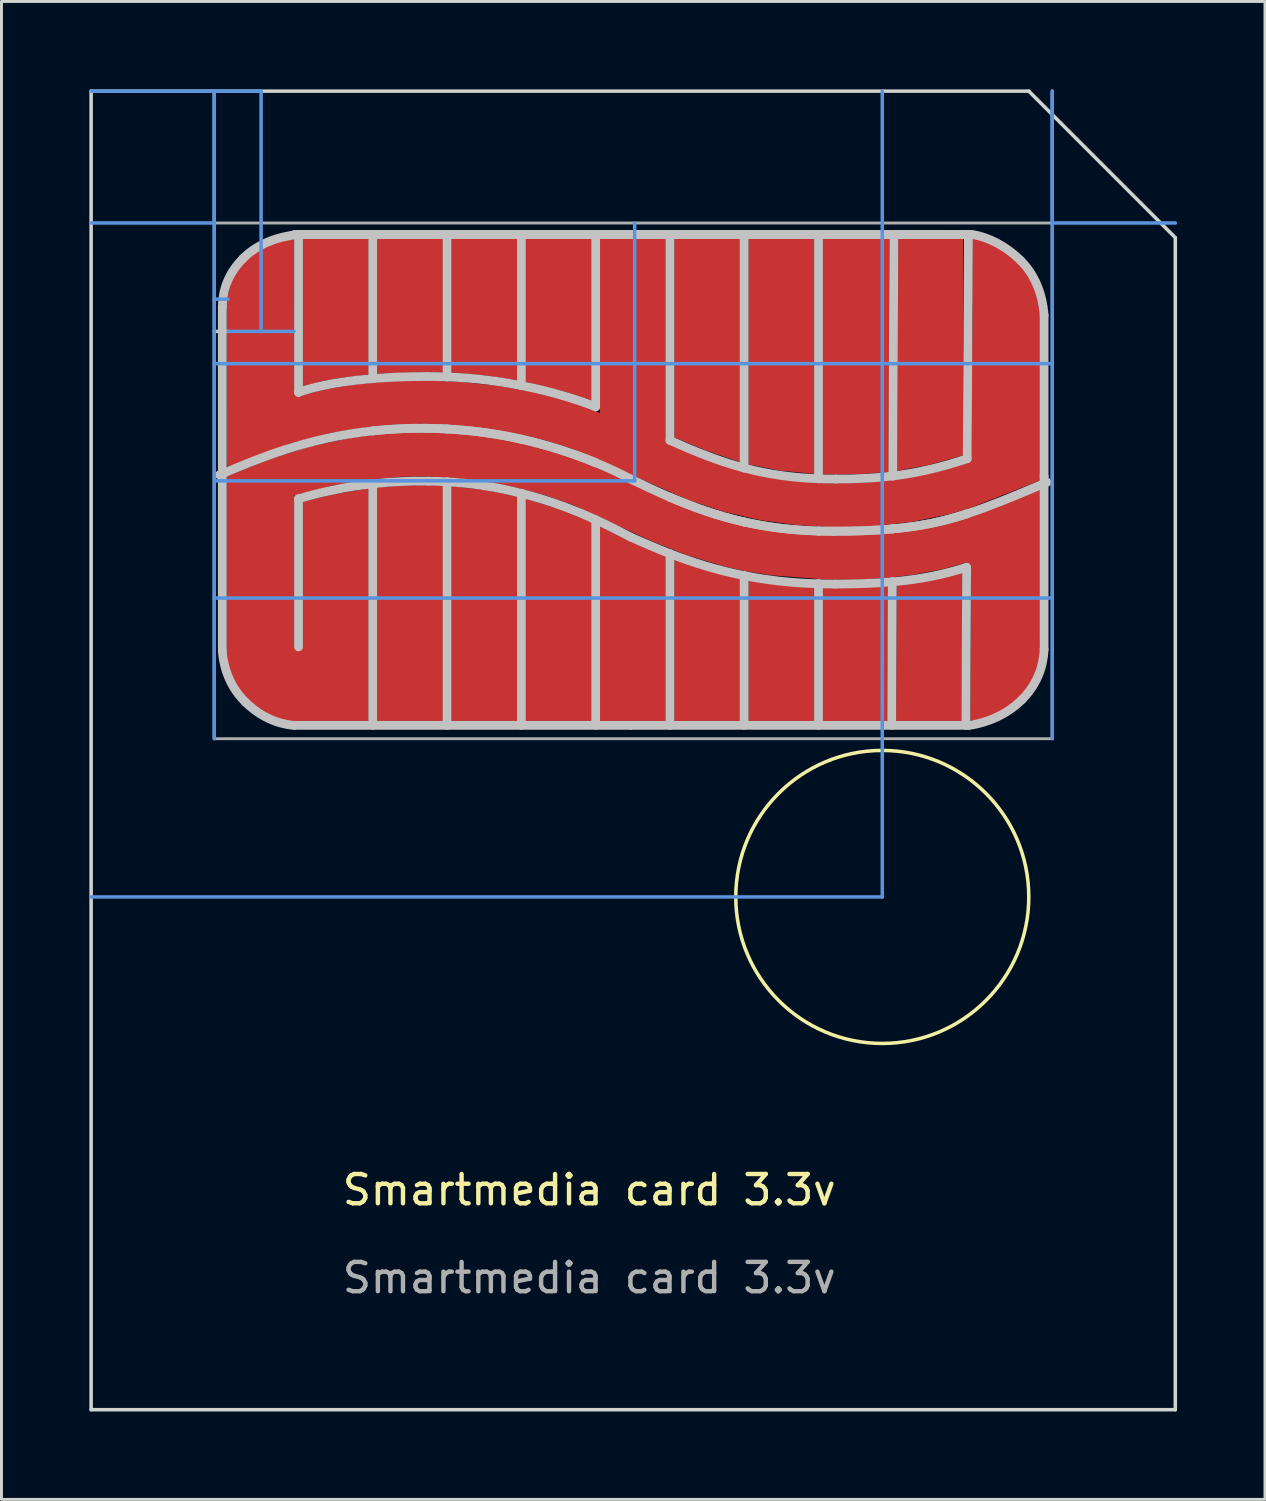
<source format=kicad_pcb>
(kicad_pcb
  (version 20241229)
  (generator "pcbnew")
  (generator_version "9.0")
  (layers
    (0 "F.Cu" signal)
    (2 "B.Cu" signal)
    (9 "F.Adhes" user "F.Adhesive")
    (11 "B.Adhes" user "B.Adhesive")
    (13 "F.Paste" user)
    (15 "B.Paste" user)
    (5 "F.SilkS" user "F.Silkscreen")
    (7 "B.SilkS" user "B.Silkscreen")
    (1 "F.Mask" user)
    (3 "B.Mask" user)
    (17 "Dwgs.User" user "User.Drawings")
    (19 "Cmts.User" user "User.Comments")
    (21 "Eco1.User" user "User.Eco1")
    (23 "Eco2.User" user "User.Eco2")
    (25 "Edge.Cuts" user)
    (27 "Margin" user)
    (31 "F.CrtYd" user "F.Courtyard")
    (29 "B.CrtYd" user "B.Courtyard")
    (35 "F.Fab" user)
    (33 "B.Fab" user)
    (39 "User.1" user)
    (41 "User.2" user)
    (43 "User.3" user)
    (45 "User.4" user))
  (footprint "Smartmedia card 3.3v"
    (layer "F.Cu")
    (at 18.788 14.821)
    (property "Reference" "Smartmedia card 3.3v" (at -1.728 22.739 0) (unlocked yes) (layer "F.SilkS") (effects (font (size 1 1) (thickness 0.15))))
    (fp_poly (pts (xy -6.431 6.732) (xy -6.431 -1.277) (xy -5.258 -1.144) (xy -4.184 -0.925) (xy -4.184 6.732)) (stroke (width 0) (type solid)) (fill yes) (layer "F.Cu"))
    (fp_poly (pts (xy -4.184 -9.728) (xy -4.184 -4.892) (xy -5.261 -5.056) (xy -6.431 -5.152) (xy -6.431 -9.728)) (stroke (width 0) (type solid)) (fill yes) (layer "F.Cu"))
    (fp_poly (pts (xy -1.651 -4.203) (xy -2.686 -4.542) (xy -3.894 -4.836) (xy -3.894 -9.728) (xy -1.651 -9.728)) (stroke (width 0) (type solid)) (fill yes) (layer "F.Cu"))
    (fp_poly (pts (xy -1.651 -0.045) (xy -1.651 6.732) (xy -3.894 6.732) (xy -3.894 -0.849) (xy -2.681 -0.466)) (stroke (width 0) (type solid)) (fill yes) (layer "F.Cu"))
    (fp_poly (pts (xy -1.361 6.732) (xy -1.361 0.087) (xy -0.373 0.581) (xy 0.885 1.114) (xy 0.885 6.732)) (stroke (width 0) (type solid)) (fill yes) (layer "F.Cu"))
    (fp_poly (pts (xy 1.175 -2.944) (xy 1.175 -9.728) (xy 3.418 -9.728) (xy 3.418 -2.102) (xy 2.29 -2.48)) (stroke (width 0) (type solid)) (fill yes) (layer "F.Cu"))
    (fp_poly (pts (xy 3.418 1.881) (xy 3.418 6.732) (xy 1.175 6.732) (xy 1.175 1.225) (xy 2.244 1.585)) (stroke (width 0) (type solid)) (fill yes) (layer "F.Cu"))
    (fp_poly (pts (xy 5.954 -1.695) (xy 4.767 -1.81) (xy 3.708 -2.022) (xy 3.708 -9.728) (xy 5.954 -9.728)) (stroke (width 0) (type solid)) (fill yes) (layer "F.Cu"))
    (fp_poly (pts (xy 5.954 2.182) (xy 5.954 6.732) (xy 3.708 6.732) (xy 3.708 1.938) (xy 4.78 2.097)) (stroke (width 0) (type solid)) (fill yes) (layer "F.Cu"))
    (fp_poly (pts (xy 8.473 2.133) (xy 8.453 6.732) (xy 6.245 6.732) (xy 6.245 2.191) (xy 6.679 2.199)) (stroke (width 0) (type solid)) (fill yes) (layer "F.Cu"))
    (fp_poly (pts (xy 8.743 6.732) (xy 8.763 2.106) (xy 9.928 1.94) (xy 11.009 1.672) (xy 10.982 6.732)) (stroke (width 0) (type solid)) (fill yes) (layer "F.Cu"))
    (fp_poly (pts (xy -9.257 -9.728) (xy -9.257 -5.091) (xy -10.149 -4.985) (xy -10.84 -4.861) (xy -11.5 -4.69) (xy -11.5 -9.728)) (stroke (width 0) (type solid)) (fill yes) (layer "F.Cu"))
    (fp_poly (pts (xy -8.967 -1.235) (xy -8.108 -1.3) (xy -7.21 -1.315) (xy -6.721 -1.295) (xy -6.721 6.732) (xy -8.967 6.732)) (stroke (width 0) (type solid)) (fill yes) (layer "F.Cu"))
    (fp_poly (pts (xy 8.51 -9.724) (xy 8.492 -1.767) (xy 7.629 -1.697) (xy 6.696 -1.675) (xy 6.245 -1.683) (xy 6.245 -9.728)) (stroke (width 0) (type solid)) (fill yes) (layer "F.Cu"))
    (fp_poly (pts (xy -8.967 -9.728) (xy -6.721 -9.728) (xy -6.721 -5.164) (xy -7.257 -5.175) (xy -8.967 -5.115) (xy -8.967 -9.728) (xy -7.257 -5.175)) (stroke (width 0) (type solid)) (fill yes) (layer "F.Cu"))
    (fp_poly (pts (xy 11.032 -9.728) (xy 11.032 -2.332) (xy 9.866 -2.004) (xy 8.782 -1.804) (xy 8.816 -9.728) (xy 11.032 -9.728) (xy 11.032 -2.332)) (stroke (width 0) (type solid)) (fill yes) (layer "F.Cu"))
    (fp_poly (pts (xy -1.361 -9.728) (xy 0.885 -9.728) (xy 0.885 -2.54) (xy -0.25 -2.54) (xy -0.753 -2.54) (xy -1.361 -2.54) (xy -1.361 -9.728) (xy -0.25 -3.587)) (stroke (width 0) (type solid)) (fill yes) (layer "F.Cu"))
    (fp_poly (pts (xy -11.903 -7.616) (xy -11.903 -9.586) (xy -12.047 -9.586) (xy -12.333 -9.549) (xy -12.611 -9.472) (xy -12.875 -9.356) (xy -13.12 -9.203) (xy -13.341 -9.017) (xy -13.533 -8.802) (xy -13.692 -8.562) (xy -13.816 -8.301) (xy -13.901 -8.025) (xy -13.947 -7.741) (xy -13.953 -7.616)) (stroke (width 0.2) (type solid)) (fill yes) (layer "F.Cu"))
    (fp_poly (pts (xy -11.903 4.589) (xy -13.963 4.589) (xy -13.962 4.733) (xy -13.925 5.019) (xy -13.848 5.297) (xy -13.732 5.561) (xy -13.58 5.806) (xy -13.394 6.027) (xy -13.179 6.219) (xy -12.938 6.378) (xy -12.678 6.502) (xy -12.402 6.587) (xy -12.117 6.632) (xy -11.903 6.639)) (stroke (width 0.2) (type solid)) (fill yes) (layer "F.Cu"))
    (fp_poly (pts (xy -11.903 4.589) (xy -13.963 4.589) (xy -13.962 4.733) (xy -13.925 5.019) (xy -13.848 5.297) (xy -13.732 5.561) (xy -13.58 5.806) (xy -13.394 6.027) (xy -13.179 6.219) (xy -12.938 6.378) (xy -12.678 6.502) (xy -12.402 6.587) (xy -12.117 6.632) (xy -11.903 6.639)) (stroke (width 0.2) (type solid)) (fill yes) (layer "F.Cu"))
    (fp_poly (pts (xy 11.442 4.669) (xy 11.442 6.639) (xy 11.587 6.638) (xy 11.873 6.601) (xy 12.151 6.524) (xy 12.415 6.408) (xy 12.66 6.256) (xy 12.88 6.07) (xy 13.072 5.855) (xy 13.232 5.614) (xy 13.356 5.353) (xy 13.441 5.078) (xy 13.486 4.793) (xy 13.492 4.669)) (stroke (width 0.2) (type solid)) (fill yes) (layer "F.Cu"))
    (fp_poly (pts (xy 11.442 4.669) (xy 11.442 6.639) (xy 11.587 6.638) (xy 11.873 6.601) (xy 12.151 6.524) (xy 12.415 6.408) (xy 12.66 6.256) (xy 12.88 6.07) (xy 13.072 5.855) (xy 13.232 5.614) (xy 13.356 5.353) (xy 13.441 5.078) (xy 13.486 4.793) (xy 13.492 4.669)) (stroke (width 0.2) (type solid)) (fill yes) (layer "F.Cu"))
    (fp_poly (pts (xy 11.452 -7.556) (xy 13.422 -7.556) (xy 13.422 -7.701) (xy 13.385 -7.987) (xy 13.308 -8.265) (xy 13.192 -8.529) (xy 13.039 -8.774) (xy 12.853 -8.995) (xy 12.638 -9.187) (xy 12.398 -9.346) (xy 12.137 -9.47) (xy 11.861 -9.555) (xy 11.576 -9.6) (xy 11.452 -9.606)) (stroke (width 0.2) (type solid)) (fill yes) (layer "F.Cu"))
    (fp_poly (pts (xy -9.096 -3.03) (xy -8.16 -3.107) (xy -7.191 -3.118) (xy -6.205 -3.065) (xy -5.218 -2.951) (xy -4.245 -2.78) (xy -3.301 -2.555) (xy -2.401 -2.278) (xy -1.562 -1.954) (xy 1.532 -0.546) (xy 2.823 -0.103) (xy 4.105 0.194) (xy 5.39 0.347) (xy 6.749 0.397) (xy 8.05 0.361) (xy 9.338 0.233) (xy 9.982 0.121) (xy 10.588 -0.022) (xy 11.174 -0.194) (xy 13.656 -1.16) (xy 13.652 4.395) (xy 13.641 4.513) (xy 13.624 4.63) (xy 13.599 4.745) (xy 13.569 4.858) (xy 13.532 4.969) (xy 13.442 5.183) (xy 13.33 5.388) (xy 13.2 5.581) (xy 13.052 5.763) (xy 12.888 5.933) (xy 12.712 6.088) (xy 12.524 6.23) (xy 12.327 6.356) (xy 12.122 6.466) (xy 11.913 6.558) (xy 11.7 6.633) (xy 11.486 6.689) (xy 11.272 6.725) (xy 11.3 1.471) (xy 11.299 1.462) (xy 11.298 1.454) (xy 11.297 1.445) (xy 11.294 1.437) (xy 11.292 1.429) (xy 11.288 1.421) (xy 11.285 1.414) (xy 11.28 1.406) (xy 11.276 1.399) (xy 11.271 1.392) (xy 11.265 1.386) (xy 11.26 1.38) (xy 11.253 1.374) (xy 11.247 1.368) (xy 11.24 1.363) (xy 11.233 1.358) (xy 11.226 1.354) (xy 11.219 1.35) (xy 11.211 1.346) (xy 11.203 1.343) (xy 11.195 1.34) (xy 11.187 1.338) (xy 11.179 1.336) (xy 11.17 1.335) (xy 11.162 1.334) (xy 11.153 1.334) (xy 11.145 1.334) (xy 11.136 1.335) (xy 11.128 1.336) (xy 10.236 1.575) (xy 9.313 1.746) (xy 8.357 1.858) (xy 7.383 1.912) (xy 6.405 1.912) (xy 4.494 1.765) (xy 3.591 1.623) (xy 2.889 1.464) (xy 1.603 1.077) (xy 0.4 0.6) (xy -2.293 -0.641) (xy -3.204 -0.957) (xy -4.164 -1.215) (xy -5.156 -1.412) (xy -6.165 -1.544) (xy -7.174 -1.607) (xy -8.167 -1.598) (xy -9.128 -1.512) (xy -10.533 -1.289) (xy -11.79 -0.964) (xy -11.79 4.195) (xy -11.5 4.195) (xy -11.5 -0.746) (xy -10.437 -1.01) (xy -9.257 -1.202) (xy -9.257 6.732) (xy -11.787 6.732) (xy -11.886 6.723) (xy -12.023 6.702) (xy -12.194 6.663) (xy -12.392 6.601) (xy -12.613 6.507) (xy -12.85 6.378) (xy -12.974 6.297) (xy -13.099 6.205) (xy -13.226 6.1) (xy -13.354 5.983) (xy -13.471 5.86) (xy -13.576 5.735) (xy -13.668 5.609) (xy -13.748 5.483) (xy -13.818 5.358) (xy -13.877 5.235) (xy -13.97 4.998) (xy -14.032 4.782) (xy -14.071 4.593) (xy -14.104 4.333) (xy -14.104 -1.617) (xy -12.525 -2.238) (xy -11.289 -2.623) (xy -9.876 -2.925) (xy -9.097 -3.03)) (stroke (width 0) (type solid)) (fill yes) (layer "F.Cu"))
    (fp_poly (pts (xy 2.21 -2.196) (xy 3.526 -1.767) (xy 4.461 -1.571) (xy 5.417 -1.442) (xy 6.386 -1.379) (xy 7.364 -1.384) (xy 8.342 -1.457) (xy 9.316 -1.599) (xy 10.277 -1.808) (xy 11.222 -2.087) (xy 11.232 -2.091) (xy 11.243 -2.096) (xy 11.253 -2.102) (xy 11.262 -2.108) (xy 11.271 -2.115) (xy 11.279 -2.123) (xy 11.286 -2.131) (xy 11.293 -2.14) (xy 11.299 -2.149) (xy 11.305 -2.159) (xy 11.31 -2.169) (xy 11.314 -2.179) (xy 11.317 -2.19) (xy 11.319 -2.201) (xy 11.32 -2.213) (xy 11.359 -9.722) (xy 11.454 -9.704) (xy 11.647 -9.654) (xy 11.844 -9.584) (xy 12.042 -9.497) (xy 12.24 -9.391) (xy 12.436 -9.266) (xy 12.627 -9.124) (xy 12.812 -8.964) (xy 13.018 -8.754) (xy 13.122 -8.626) (xy 13.214 -8.494) (xy 13.294 -8.362) (xy 13.364 -8.228) (xy 13.424 -8.096) (xy 13.518 -7.839) (xy 13.581 -7.602) (xy 13.622 -7.395) (xy 13.656 -7.115) (xy 13.656 -1.475) (xy 11.259 -0.529) (xy 10.526 -0.316) (xy 9.29 -0.061) (xy 8.009 0.086) (xy 6.703 0.126) (xy 5.394 0.058) (xy 4.103 -0.119) (xy 2.85 -0.406) (xy 1.656 -0.803) (xy -2.307 -2.553) (xy -3.223 -2.835) (xy -4.185 -3.064) (xy -5.176 -3.238) (xy -6.182 -3.354) (xy -7.186 -3.408) (xy -8.173 -3.397) (xy -9.128 -3.318) (xy -10.612 -3.083) (xy -11.917 -2.744) (xy -14.066 -1.947) (xy -14.075 -1.949) (xy -14.083 -1.982) (xy -14.09 -2.044) (xy -14.101 -7.374) (xy -14.104 -7.398) (xy -14.103 -7.472) (xy -14.088 -7.638) (xy -14.055 -7.826) (xy -14.002 -8.027) (xy -13.927 -8.235) (xy -13.83 -8.443) (xy -13.772 -8.544) (xy -13.708 -8.644) (xy -13.637 -8.739) (xy -13.56 -8.831) (xy -13.372 -9.019) (xy -13.265 -9.113) (xy -13.154 -9.198) (xy -13.041 -9.274) (xy -12.81 -9.405) (xy -12.58 -9.508) (xy -12.358 -9.586) (xy -12.152 -9.644) (xy -11.812 -9.709) (xy -11.79 -4.556) (xy -11.792 -4.546) (xy -11.793 -4.535) (xy -11.794 -4.524) (xy -11.793 -4.503) (xy -11.791 -4.482) (xy -11.786 -4.462) (xy -11.779 -4.442) (xy -11.775 -4.433) (xy -11.771 -4.424) (xy -11.766 -4.415) (xy -11.76 -4.407) (xy -11.755 -4.399) (xy -11.748 -4.391) (xy -11.742 -4.384) (xy -11.734 -4.377) (xy -11.727 -4.371) (xy -11.719 -4.365) (xy -11.711 -4.36) (xy -11.702 -4.356) (xy -11.693 -4.352) (xy -11.684 -4.349) (xy -11.674 -4.347) (xy -11.664 -4.345) (xy -11.654 -4.344) (xy -11.643 -4.344) (xy -11.632 -4.345) (xy -11.621 -4.347) (xy -11.61 -4.349) (xy -11.291 -4.451) (xy -10.778 -4.578) (xy -9.692 -4.757) (xy -8.534 -4.86) (xy -7.33 -4.887) (xy -6.107 -4.837) (xy -4.892 -4.709) (xy -3.711 -4.505) (xy -2.591 -4.222) (xy -1.559 -3.861)) (stroke (width 0) (type solid)) (fill yes) (layer "F.Cu"))
    (fp_poly (pts (xy -6.431 6.732) (xy -6.431 -1.277) (xy -5.258 -1.144) (xy -4.184 -0.925) (xy -4.184 6.732)) (stroke (width 0) (type solid)) (fill yes) (layer "F.Mask"))
    (fp_poly (pts (xy -4.184 -9.728) (xy -4.184 -4.892) (xy -5.261 -5.056) (xy -6.431 -5.152) (xy -6.431 -9.728)) (stroke (width 0) (type solid)) (fill yes) (layer "F.Mask"))
    (fp_poly (pts (xy -1.651 -4.203) (xy -2.686 -4.542) (xy -3.894 -4.836) (xy -3.894 -9.728) (xy -1.651 -9.728)) (stroke (width 0) (type solid)) (fill yes) (layer "F.Mask"))
    (fp_poly (pts (xy -1.651 -0.045) (xy -1.651 6.732) (xy -3.894 6.732) (xy -3.894 -0.849) (xy -2.681 -0.466)) (stroke (width 0) (type solid)) (fill yes) (layer "F.Mask"))
    (fp_poly (pts (xy -1.361 6.732) (xy -1.361 0.087) (xy -0.373 0.581) (xy 0.885 1.114) (xy 0.885 6.732)) (stroke (width 0) (type solid)) (fill yes) (layer "F.Mask"))
    (fp_poly (pts (xy 1.175 -2.944) (xy 1.175 -9.728) (xy 3.418 -9.728) (xy 3.418 -2.102) (xy 2.29 -2.48)) (stroke (width 0) (type solid)) (fill yes) (layer "F.Mask"))
    (fp_poly (pts (xy 3.418 1.881) (xy 3.418 6.732) (xy 1.175 6.732) (xy 1.175 1.225) (xy 2.244 1.585)) (stroke (width 0) (type solid)) (fill yes) (layer "F.Mask"))
    (fp_poly (pts (xy 5.954 -1.695) (xy 4.767 -1.81) (xy 3.708 -2.022) (xy 3.708 -9.728) (xy 5.954 -9.728)) (stroke (width 0) (type solid)) (fill yes) (layer "F.Mask"))
    (fp_poly (pts (xy 5.954 2.182) (xy 5.954 6.732) (xy 3.708 6.732) (xy 3.708 1.938) (xy 4.78 2.097)) (stroke (width 0) (type solid)) (fill yes) (layer "F.Mask"))
    (fp_poly (pts (xy 8.473 2.133) (xy 8.453 6.732) (xy 6.245 6.732) (xy 6.245 2.191) (xy 6.679 2.199)) (stroke (width 0) (type solid)) (fill yes) (layer "F.Mask"))
    (fp_poly (pts (xy 8.743 6.732) (xy 8.763 2.106) (xy 9.928 1.94) (xy 11.009 1.672) (xy 10.982 6.732)) (stroke (width 0) (type solid)) (fill yes) (layer "F.Mask"))
    (fp_poly (pts (xy -9.257 -9.728) (xy -9.257 -5.091) (xy -10.149 -4.985) (xy -10.84 -4.861) (xy -11.5 -4.69) (xy -11.5 -9.728)) (stroke (width 0) (type solid)) (fill yes) (layer "F.Mask"))
    (fp_poly (pts (xy -8.967 -1.235) (xy -8.108 -1.3) (xy -7.21 -1.315) (xy -6.721 -1.295) (xy -6.721 6.732) (xy -8.967 6.732)) (stroke (width 0) (type solid)) (fill yes) (layer "F.Mask"))
    (fp_poly (pts (xy 8.51 -9.724) (xy 8.492 -1.767) (xy 7.629 -1.697) (xy 6.696 -1.675) (xy 6.245 -1.683) (xy 6.245 -9.728)) (stroke (width 0) (type solid)) (fill yes) (layer "F.Mask"))
    (fp_poly (pts (xy -8.967 -9.728) (xy -6.721 -9.728) (xy -6.721 -5.164) (xy -7.257 -5.175) (xy -8.967 -5.115) (xy -8.967 -9.728) (xy -7.257 -5.175)) (stroke (width 0) (type solid)) (fill yes) (layer "F.Mask"))
    (fp_poly (pts (xy 11.032 -9.728) (xy 11.032 -2.332) (xy 9.866 -2.004) (xy 8.782 -1.804) (xy 8.816 -9.728) (xy 11.032 -9.728) (xy 11.032 -2.332)) (stroke (width 0) (type solid)) (fill yes) (layer "F.Mask"))
    (fp_poly (pts (xy -1.361 -9.728) (xy 0.885 -9.728) (xy 0.885 -2.54) (xy -0.25 -2.54) (xy -0.753 -2.54) (xy -1.361 -2.54) (xy -1.361 -9.728) (xy -0.25 -3.587)) (stroke (width 0) (type solid)) (fill yes) (layer "F.Mask"))
    (fp_poly (pts (xy -11.903 -7.616) (xy -11.903 -9.586) (xy -12.047 -9.586) (xy -12.333 -9.549) (xy -12.611 -9.472) (xy -12.875 -9.356) (xy -13.12 -9.203) (xy -13.341 -9.017) (xy -13.533 -8.802) (xy -13.692 -8.562) (xy -13.816 -8.301) (xy -13.901 -8.025) (xy -13.947 -7.741) (xy -13.953 -7.616)) (stroke (width 0.2) (type solid)) (fill yes) (layer "F.Mask"))
    (fp_poly (pts (xy 11.452 -7.556) (xy 13.422 -7.556) (xy 13.422 -7.701) (xy 13.385 -7.987) (xy 13.308 -8.265) (xy 13.192 -8.529) (xy 13.039 -8.774) (xy 12.853 -8.995) (xy 12.638 -9.187) (xy 12.398 -9.346) (xy 12.137 -9.47) (xy 11.861 -9.555) (xy 11.576 -9.6) (xy 11.452 -9.606)) (stroke (width 0.2) (type solid)) (fill yes) (layer "F.Mask"))
    (fp_poly (pts (xy -9.096 -3.03) (xy -8.16 -3.107) (xy -7.191 -3.118) (xy -6.205 -3.065) (xy -5.218 -2.951) (xy -4.245 -2.78) (xy -3.301 -2.555) (xy -2.401 -2.278) (xy -1.562 -1.954) (xy 1.532 -0.546) (xy 2.823 -0.103) (xy 4.105 0.194) (xy 5.39 0.347) (xy 6.749 0.397) (xy 8.05 0.361) (xy 9.338 0.233) (xy 9.982 0.121) (xy 10.588 -0.022) (xy 11.174 -0.194) (xy 13.656 -1.16) (xy 13.652 4.395) (xy 13.641 4.513) (xy 13.624 4.63) (xy 13.599 4.745) (xy 13.569 4.858) (xy 13.532 4.969) (xy 13.442 5.183) (xy 13.33 5.388) (xy 13.2 5.581) (xy 13.052 5.763) (xy 12.888 5.933) (xy 12.712 6.088) (xy 12.524 6.23) (xy 12.327 6.356) (xy 12.122 6.466) (xy 11.913 6.558) (xy 11.7 6.633) (xy 11.486 6.689) (xy 11.272 6.725) (xy 11.3 1.471) (xy 11.299 1.462) (xy 11.298 1.454) (xy 11.297 1.445) (xy 11.294 1.437) (xy 11.292 1.429) (xy 11.288 1.421) (xy 11.285 1.414) (xy 11.28 1.406) (xy 11.276 1.399) (xy 11.271 1.392) (xy 11.265 1.386) (xy 11.26 1.38) (xy 11.253 1.374) (xy 11.247 1.368) (xy 11.24 1.363) (xy 11.233 1.358) (xy 11.226 1.354) (xy 11.219 1.35) (xy 11.211 1.346) (xy 11.203 1.343) (xy 11.195 1.34) (xy 11.187 1.338) (xy 11.179 1.336) (xy 11.17 1.335) (xy 11.162 1.334) (xy 11.153 1.334) (xy 11.145 1.334) (xy 11.136 1.335) (xy 11.128 1.336) (xy 10.236 1.575) (xy 9.313 1.746) (xy 8.357 1.858) (xy 7.383 1.912) (xy 6.405 1.912) (xy 4.494 1.765) (xy 3.591 1.623) (xy 2.889 1.464) (xy 1.603 1.077) (xy 0.4 0.6) (xy -2.293 -0.641) (xy -3.204 -0.957) (xy -4.164 -1.215) (xy -5.156 -1.412) (xy -6.165 -1.544) (xy -7.174 -1.607) (xy -8.167 -1.598) (xy -9.128 -1.512) (xy -10.533 -1.289) (xy -11.79 -0.964) (xy -11.79 4.195) (xy -11.5 4.195) (xy -11.5 -0.746) (xy -10.437 -1.01) (xy -9.257 -1.202) (xy -9.257 6.732) (xy -11.787 6.732) (xy -11.886 6.723) (xy -12.023 6.702) (xy -12.194 6.663) (xy -12.392 6.601) (xy -12.613 6.507) (xy -12.85 6.378) (xy -12.974 6.297) (xy -13.099 6.205) (xy -13.226 6.1) (xy -13.354 5.983) (xy -13.471 5.86) (xy -13.576 5.735) (xy -13.668 5.609) (xy -13.748 5.483) (xy -13.818 5.358) (xy -13.877 5.235) (xy -13.97 4.998) (xy -14.032 4.782) (xy -14.071 4.593) (xy -14.104 4.333) (xy -14.104 -1.617) (xy -12.525 -2.238) (xy -11.289 -2.623) (xy -9.876 -2.925) (xy -9.097 -3.03)) (stroke (width 0) (type solid)) (fill yes) (layer "F.Mask"))
    (fp_poly (pts (xy 2.21 -2.196) (xy 3.526 -1.767) (xy 4.461 -1.571) (xy 5.417 -1.442) (xy 6.386 -1.379) (xy 7.364 -1.384) (xy 8.342 -1.457) (xy 9.316 -1.599) (xy 10.277 -1.808) (xy 11.222 -2.087) (xy 11.232 -2.091) (xy 11.243 -2.096) (xy 11.253 -2.102) (xy 11.262 -2.108) (xy 11.271 -2.115) (xy 11.279 -2.123) (xy 11.286 -2.131) (xy 11.293 -2.14) (xy 11.299 -2.149) (xy 11.305 -2.159) (xy 11.31 -2.169) (xy 11.314 -2.179) (xy 11.317 -2.19) (xy 11.319 -2.201) (xy 11.32 -2.213) (xy 11.359 -9.722) (xy 11.454 -9.704) (xy 11.647 -9.654) (xy 11.844 -9.584) (xy 12.042 -9.497) (xy 12.24 -9.391) (xy 12.436 -9.266) (xy 12.627 -9.124) (xy 12.812 -8.964) (xy 13.018 -8.754) (xy 13.122 -8.626) (xy 13.214 -8.494) (xy 13.294 -8.362) (xy 13.364 -8.228) (xy 13.424 -8.096) (xy 13.518 -7.839) (xy 13.581 -7.602) (xy 13.622 -7.395) (xy 13.656 -7.115) (xy 13.656 -1.475) (xy 11.259 -0.529) (xy 10.526 -0.316) (xy 9.29 -0.061) (xy 8.009 0.086) (xy 6.703 0.126) (xy 5.394 0.058) (xy 4.103 -0.119) (xy 2.85 -0.406) (xy 1.656 -0.803) (xy -2.307 -2.553) (xy -3.223 -2.835) (xy -4.185 -3.064) (xy -5.176 -3.238) (xy -6.182 -3.354) (xy -7.186 -3.408) (xy -8.173 -3.397) (xy -9.128 -3.318) (xy -10.612 -3.083) (xy -11.917 -2.744) (xy -14.066 -1.947) (xy -14.075 -1.949) (xy -14.083 -1.982) (xy -14.09 -2.044) (xy -14.101 -7.374) (xy -14.104 -7.398) (xy -14.103 -7.472) (xy -14.088 -7.638) (xy -14.055 -7.826) (xy -14.002 -8.027) (xy -13.927 -8.235) (xy -13.83 -8.443) (xy -13.772 -8.544) (xy -13.708 -8.644) (xy -13.637 -8.739) (xy -13.56 -8.831) (xy -13.372 -9.019) (xy -13.265 -9.113) (xy -13.154 -9.198) (xy -13.041 -9.274) (xy -12.81 -9.405) (xy -12.58 -9.508) (xy -12.358 -9.586) (xy -12.152 -9.644) (xy -11.812 -9.709) (xy -11.79 -4.556) (xy -11.792 -4.546) (xy -11.793 -4.535) (xy -11.794 -4.524) (xy -11.793 -4.503) (xy -11.791 -4.482) (xy -11.786 -4.462) (xy -11.779 -4.442) (xy -11.775 -4.433) (xy -11.771 -4.424) (xy -11.766 -4.415) (xy -11.76 -4.407) (xy -11.755 -4.399) (xy -11.748 -4.391) (xy -11.742 -4.384) (xy -11.734 -4.377) (xy -11.727 -4.371) (xy -11.719 -4.365) (xy -11.711 -4.36) (xy -11.702 -4.356) (xy -11.693 -4.352) (xy -11.684 -4.349) (xy -11.674 -4.347) (xy -11.664 -4.345) (xy -11.654 -4.344) (xy -11.643 -4.344) (xy -11.632 -4.345) (xy -11.621 -4.347) (xy -11.61 -4.349) (xy -11.291 -4.451) (xy -10.778 -4.578) (xy -9.692 -4.757) (xy -8.534 -4.86) (xy -7.33 -4.887) (xy -6.107 -4.837) (xy -4.892 -4.709) (xy -3.711 -4.505) (xy -2.591 -4.222) (xy -1.559 -3.861)) (stroke (width 0) (type solid)) (fill yes) (layer "F.Mask"))
    (fp_circle (center 8.272 12.739) (end 13.272 12.739) (stroke (width 0.12) (type solid)) (fill no) (layer "F.SilkS"))
    (fp_line (start -14.198 -6.561) (end -14.528 -6.561) (stroke (width 0.12) (type solid)) (layer "Dwgs.User"))
    (fp_line (start -14.053 -6.561) (end -14.198 -6.561) (stroke (width 0.12) (type solid)) (layer "Dwgs.User"))
    (fp_line (start -11.65 -9.867) (end 11.211 -9.866) (stroke (width 0.3) (type solid)) (layer "Dwgs.User"))
    (fp_line (start -9.116 -4.951) (end -9.116 -9.866) (stroke (width 0.3) (type solid)) (layer "Dwgs.User"))
    (fp_line (start -9.116 6.884) (end -9.116 -1.36) (stroke (width 0.3) (type solid)) (layer "Dwgs.User"))
    (fp_line (start -6.58 -5.008) (end -6.58 -9.866) (stroke (width 0.3) (type solid)) (layer "Dwgs.User"))
    (fp_line (start -6.58 6.884) (end -6.58 -1.427) (stroke (width 0.3) (type solid)) (layer "Dwgs.User"))
    (fp_line (start -4.043 -4.711) (end -4.043 -9.855) (stroke (width 0.3) (type solid)) (layer "Dwgs.User"))
    (fp_line (start -4.043 6.884) (end -4.043 -1.032) (stroke (width 0.3) (type solid)) (layer "Dwgs.User"))
    (fp_line (start -1.51 -3.988) (end -1.51 -9.866) (stroke (width 0.3) (type solid)) (layer "Dwgs.User"))
    (fp_line (start -1.51 6.884) (end -1.51 -0.132) (stroke (width 0.3) (type solid)) (layer "Dwgs.User"))
    (fp_line (start 1.026 -2.842) (end 1.026 -9.866) (stroke (width 0.3) (type solid)) (layer "Dwgs.User"))
    (fp_line (start 1.026 6.884) (end 1.026 1.025) (stroke (width 0.3) (type solid)) (layer "Dwgs.User"))
    (fp_line (start 3.559 -1.9) (end 3.559 -9.866) (stroke (width 0.3) (type solid)) (layer "Dwgs.User"))
    (fp_line (start 3.559 6.884) (end 3.559 1.773) (stroke (width 0.3) (type solid)) (layer "Dwgs.User"))
    (fp_line (start 6.096 -1.533) (end 6.096 -9.866) (stroke (width 0.3) (type solid)) (layer "Dwgs.User"))
    (fp_line (start 6.096 6.884) (end 6.096 2.051) (stroke (width 0.3) (type solid)) (layer "Dwgs.User"))
    (fp_line (start 8.615 1.984) (end 8.593 6.884) (stroke (width 0.3) (type solid)) (layer "Dwgs.User"))
    (fp_line (start 8.668 -9.866) (end 8.632 -1.628) (stroke (width 0.3) (type solid)) (layer "Dwgs.User"))
    (fp_curve (pts (xy -14.251 -7.397) (xy -14.236 -7.615) (xy -14.251 -8.337) (xy -13.547 -9.048)) (stroke (width 0.3) (type solid)) (layer "Dwgs.User"))
    (fp_curve (pts (xy -14.251 4.347) (xy -14.251 4.347) (xy -14.251 -7.397) (xy -14.251 -7.397)) (stroke (width 0.3) (type solid)) (layer "Dwgs.User"))
    (fp_curve (pts (xy -13.547 -9.048) (xy -12.851 -9.751) (xy -11.869 -9.848) (xy -11.65 -9.867)) (stroke (width 0.3) (type solid)) (layer "Dwgs.User"))
    (fp_curve (pts (xy -13.459 6.095) (xy -14.167 5.403) (xy -14.23 4.567) (xy -14.251 4.347)) (stroke (width 0.3) (type solid)) (layer "Dwgs.User"))
    (fp_curve (pts (xy -11.796 -9.867) (xy -11.796 -9.867) (xy -0.318 -9.867) (xy -0.318 -9.867)) (stroke (width 0.3) (type solid)) (layer "Dwgs.User"))
    (fp_curve (pts (xy -11.796 6.883) (xy -12.014 6.87) (xy -12.744 6.793) (xy -13.459 6.095)) (stroke (width 0.3) (type solid)) (layer "Dwgs.User"))
    (fp_curve (pts (xy -11.65 -9.867) (xy -11.65 -8.072) (xy -11.65 -6.276) (xy -11.65 -4.481)) (stroke (width 0.3) (type solid)) (layer "Dwgs.User"))
    (fp_curve (pts (xy -11.65 -4.481) (xy -11.65 -4.481) (xy -11.649 -4.482) (xy -11.649 -4.482)) (stroke (width 0.3) (type solid)) (layer "Dwgs.User"))
    (fp_curve (pts (xy -11.65 -0.848) (xy -11.65 -0.848) (xy -11.649 -0.849) (xy -11.649 -0.849)) (stroke (width 0.3) (type solid)) (layer "Dwgs.User"))
    (fp_curve (pts (xy -11.65 4.205) (xy -11.65 2.521) (xy -11.65 0.837) (xy -11.65 -0.848)) (stroke (width 0.3) (type solid)) (layer "Dwgs.User"))
    (fp_curve (pts (xy -11.649 -4.482) (xy -11.349 -4.592) (xy -10.566 -4.831) (xy -9.116 -4.951)) (stroke (width 0.3) (type solid)) (layer "Dwgs.User"))
    (fp_curve (pts (xy -11.649 -0.849) (xy -10.901 -1.071) (xy -10.061 -1.258) (xy -9.116 -1.36)) (stroke (width 0.3) (type solid)) (layer "Dwgs.User"))
    (fp_curve (pts (xy -9.116 -3.166) (xy -11.391 -2.923) (xy -13.042 -2.21) (xy -14.351 -1.663)) (stroke (width 0.3) (type solid)) (layer "Dwgs.User"))
    (fp_curve (pts (xy -9.116 -4.951) (xy -8.59 -4.994) (xy -7.973 -5.022) (xy -7.26 -5.022)) (stroke (width 0.3) (type solid)) (layer "Dwgs.User"))
    (fp_curve (pts (xy -9.116 -3.166) (xy -8.541 -3.23) (xy -7.927 -3.262) (xy -7.267 -3.255)) (stroke (width 0.3) (type solid)) (layer "Dwgs.User"))
    (fp_curve (pts (xy -9.116 -1.36) (xy -8.527 -1.427) (xy -7.892 -1.462) (xy -7.211 -1.452)) (stroke (width 0.3) (type solid)) (layer "Dwgs.User"))
    (fp_curve (pts (xy -7.267 -3.255) (xy -7.927 -3.262) (xy -8.541 -3.23) (xy -9.116 -3.166)) (stroke (width 0.3) (type solid)) (layer "Dwgs.User"))
    (fp_curve (pts (xy -7.267 -3.255) (xy -7.035 -3.251) (xy -6.805 -3.244) (xy -6.58 -3.23)) (stroke (width 0.3) (type solid)) (layer "Dwgs.User"))
    (fp_curve (pts (xy -7.26 -5.022) (xy -7.028 -5.022) (xy -6.802 -5.018) (xy -6.58 -5.008)) (stroke (width 0.3) (type solid)) (layer "Dwgs.User"))
    (fp_curve (pts (xy -7.211 -1.452) (xy -6.996 -1.448) (xy -6.784 -1.441) (xy -6.58 -1.427)) (stroke (width 0.3) (type solid)) (layer "Dwgs.User"))
    (fp_curve (pts (xy -6.58 -5.008) (xy -5.655 -4.973) (xy -4.805 -4.863) (xy -4.043 -4.711)) (stroke (width 0.3) (type solid)) (layer "Dwgs.User"))
    (fp_curve (pts (xy -6.58 -3.23) (xy -6.805 -3.244) (xy -7.035 -3.251) (xy -7.267 -3.255)) (stroke (width 0.3) (type solid)) (layer "Dwgs.User"))
    (fp_curve (pts (xy -6.58 -3.23) (xy -5.655 -3.18) (xy -4.809 -3.053) (xy -4.043 -2.881)) (stroke (width 0.3) (type solid)) (layer "Dwgs.User"))
    (fp_curve (pts (xy -6.58 -1.427) (xy -5.652 -1.374) (xy -4.805 -1.23) (xy -4.043 -1.032)) (stroke (width 0.3) (type solid)) (layer "Dwgs.User"))
    (fp_curve (pts (xy -4.043 -4.711) (xy -3.048 -4.517) (xy -2.198 -4.256) (xy -1.51 -3.988)) (stroke (width 0.3) (type solid)) (layer "Dwgs.User"))
    (fp_curve (pts (xy -4.043 -2.881) (xy -4.809 -3.053) (xy -5.655 -3.18) (xy -6.58 -3.23)) (stroke (width 0.3) (type solid)) (layer "Dwgs.User"))
    (fp_curve (pts (xy -4.043 -2.881) (xy -3.052 -2.658) (xy -2.198 -2.365) (xy -1.51 -2.08)) (stroke (width 0.3) (type solid)) (layer "Dwgs.User"))
    (fp_curve (pts (xy -4.043 -1.032) (xy -3.048 -0.782) (xy -2.198 -0.45) (xy -1.51 -0.132)) (stroke (width 0.3) (type solid)) (layer "Dwgs.User"))
    (fp_curve (pts (xy -1.51 -2.08) (xy -2.198 -2.365) (xy -3.052 -2.658) (xy -4.043 -2.881)) (stroke (width 0.3) (type solid)) (layer "Dwgs.User"))
    (fp_curve (pts (xy -1.51 -2.08) (xy -1.03 -1.882) (xy -0.632 -1.688) (xy -0.318 -1.522)) (stroke (width 0.3) (type solid)) (layer "Dwgs.User"))
    (fp_curve (pts (xy -1.51 -0.132) (xy -1.034 0.083) (xy -0.635 0.291) (xy -0.318 0.457)) (stroke (width 0.3) (type solid)) (layer "Dwgs.User"))
    (fp_curve (pts (xy -0.318 -9.867) (xy -0.318 -9.867) (xy 11.318 -9.867) (xy 11.318 -9.867)) (stroke (width 0.3) (type solid)) (layer "Dwgs.User"))
    (fp_curve (pts (xy -0.318 6.883) (xy -0.318 6.883) (xy -11.796 6.883) (xy -11.796 6.883)) (stroke (width 0.3) (type solid)) (layer "Dwgs.User"))
    (fp_curve (pts (xy -0.318 -1.522) (xy 0.127 -1.311) (xy 0.568 -1.099) (xy 1.026 -0.901)) (stroke (width 0.3) (type solid)) (layer "Dwgs.User"))
    (fp_curve (pts (xy -0.318 0.457) (xy 0.116 0.651) (xy 0.561 0.845) (xy 1.026 1.025)) (stroke (width 0.3) (type solid)) (layer "Dwgs.User"))
    (fp_curve (pts (xy 1.026 -2.842) (xy 1.877 -2.461) (xy 2.674 -2.136) (xy 3.559 -1.9)) (stroke (width 0.3) (type solid)) (layer "Dwgs.User"))
    (fp_curve (pts (xy 1.026 -0.901) (xy 1.802 -0.57) (xy 2.621 -0.27) (xy 3.559 -0.058)) (stroke (width 0.3) (type solid)) (layer "Dwgs.User"))
    (fp_curve (pts (xy 1.026 1.025) (xy 1.792 1.321) (xy 2.617 1.586) (xy 3.559 1.773)) (stroke (width 0.3) (type solid)) (layer "Dwgs.User"))
    (fp_curve (pts (xy 3.559 -1.9) (xy 4.311 -1.702) (xy 5.129 -1.568) (xy 6.096 -1.533)) (stroke (width 0.3) (type solid)) (layer "Dwgs.User"))
    (fp_curve (pts (xy 3.559 -0.058) (xy 2.621 -0.27) (xy 1.802 -0.57) (xy 1.026 -0.901)) (stroke (width 0.3) (type solid)) (layer "Dwgs.User"))
    (fp_curve (pts (xy 3.559 -0.058) (xy 4.314 0.111) (xy 5.147 0.224) (xy 6.096 0.252)) (stroke (width 0.3) (type solid)) (layer "Dwgs.User"))
    (fp_curve (pts (xy 3.559 1.773) (xy 4.321 1.924) (xy 5.157 2.027) (xy 6.096 2.051)) (stroke (width 0.3) (type solid)) (layer "Dwgs.User"))
    (fp_curve (pts (xy 6.096 -1.533) (xy 6.286 -1.526) (xy 6.487 -1.522) (xy 6.692 -1.522)) (stroke (width 0.3) (type solid)) (layer "Dwgs.User"))
    (fp_curve (pts (xy 6.096 0.252) (xy 5.147 0.224) (xy 4.314 0.111) (xy 3.559 -0.058)) (stroke (width 0.3) (type solid)) (layer "Dwgs.User"))
    (fp_curve (pts (xy 6.096 0.252) (xy 6.269 0.256) (xy 6.442 0.259) (xy 6.618 0.259)) (stroke (width 0.3) (type solid)) (layer "Dwgs.User"))
    (fp_curve (pts (xy 6.096 2.051) (xy 6.283 2.058) (xy 6.477 2.062) (xy 6.674 2.062)) (stroke (width 0.3) (type solid)) (layer "Dwgs.User"))
    (fp_curve (pts (xy 6.618 0.259) (xy 6.442 0.259) (xy 6.269 0.256) (xy 6.096 0.252)) (stroke (width 0.3) (type solid)) (layer "Dwgs.User"))
    (fp_curve (pts (xy 6.618 0.259) (xy 7.39 0.259) (xy 8.043 0.234) (xy 8.622 0.178)) (stroke (width 0.3) (type solid)) (layer "Dwgs.User"))
    (fp_curve (pts (xy 6.674 2.062) (xy 7.419 2.058) (xy 8.05 2.037) (xy 8.615 1.984)) (stroke (width 0.3) (type solid)) (layer "Dwgs.User"))
    (fp_curve (pts (xy 6.692 -1.522) (xy 7.401 -1.522) (xy 8.025 -1.554) (xy 8.632 -1.628)) (stroke (width 0.3) (type solid)) (layer "Dwgs.User"))
    (fp_curve (pts (xy 8.615 1.984) (xy 9.571 1.903) (xy 10.336 1.744) (xy 11.151 1.487)) (stroke (width 0.3) (type solid)) (layer "Dwgs.User"))
    (fp_curve (pts (xy 8.622 0.178) (xy 8.043 0.234) (xy 7.39 0.259) (xy 6.618 0.259)) (stroke (width 0.3) (type solid)) (layer "Dwgs.User"))
    (fp_curve (pts (xy 8.622 0.178) (xy 9.574 0.093) (xy 10.34 -0.069) (xy 11.162 -0.337)) (stroke (width 0.3) (type solid)) (layer "Dwgs.User"))
    (fp_curve (pts (xy 8.632 -1.628) (xy 9.444 -1.727) (xy 10.234 -1.907) (xy 11.172 -2.217)) (stroke (width 0.3) (type solid)) (layer "Dwgs.User"))
    (fp_curve (pts (xy 11.151 1.487) (xy 11.151 1.487) (xy 11.123 6.884) (xy 11.123 6.884)) (stroke (width 0.3) (type solid)) (layer "Dwgs.User"))
    (fp_curve (pts (xy 11.162 -0.337) (xy 10.34 -0.069) (xy 9.574 0.093) (xy 8.622 0.178)) (stroke (width 0.3) (type solid)) (layer "Dwgs.User"))
    (fp_curve (pts (xy 11.172 -2.217) (xy 11.172 -2.217) (xy 11.211 -9.866) (xy 11.211 -9.866)) (stroke (width 0.3) (type solid)) (layer "Dwgs.User"))
    (fp_curve (pts (xy 11.228 6.883) (xy 11.228 6.883) (xy -0.318 6.883) (xy -0.318 6.883)) (stroke (width 0.3) (type solid)) (layer "Dwgs.User"))
    (fp_curve (pts (xy 11.318 -9.867) (xy 11.535 -9.852) (xy 12.291 -9.677) (xy 13.001 -8.974)) (stroke (width 0.3) (type solid)) (layer "Dwgs.User"))
    (fp_curve (pts (xy 13.001 -8.974) (xy 13.704 -8.277) (xy 13.776 -7.335) (xy 13.795 -7.115)) (stroke (width 0.3) (type solid)) (layer "Dwgs.User"))
    (fp_curve (pts (xy 13.05 5.996) (xy 12.354 6.699) (xy 11.447 6.864) (xy 11.228 6.883)) (stroke (width 0.3) (type solid)) (layer "Dwgs.User"))
    (fp_curve (pts (xy 13.795 -7.115) (xy 13.795 -7.115) (xy 13.795 -1.615) (xy 13.795 -1.615)) (stroke (width 0.3) (type solid)) (layer "Dwgs.User"))
    (fp_curve (pts (xy 13.795 -1.615) (xy 13.795 -1.615) (xy 13.795 4.289) (xy 13.795 4.289)) (stroke (width 0.3) (type solid)) (layer "Dwgs.User"))
    (fp_curve (pts (xy 13.795 4.289) (xy 13.78 4.507) (xy 13.753 5.286) (xy 13.05 5.996)) (stroke (width 0.3) (type solid)) (layer "Dwgs.User"))
    (fp_curve (pts (xy 13.896 -1.413) (xy 12.788 -0.944) (xy 11.952 -0.595) (xy 11.162 -0.337)) (stroke (width 0.3) (type solid)) (layer "Dwgs.User"))
    (fp_line (start -18.728 -14.761) (end -12.928 -14.761) (stroke (width 0.12) (type solid)) (layer "Cmts.User"))
    (fp_line (start -18.728 -10.261) (end -14.528 -10.261) (stroke (width 0.12) (type solid)) (layer "Cmts.User"))
    (fp_line (start -14.528 -14.761) (end -14.528 7.339) (stroke (width 0.12) (type solid)) (layer "Cmts.User"))
    (fp_line (start -14.528 -10.261) (end -14.528 -14.761) (stroke (width 0.12) (type solid)) (layer "Cmts.User"))
    (fp_line (start -14.528 -5.461) (end 14.072 -5.461) (stroke (width 0.12) (type solid)) (layer "Cmts.User"))
    (fp_line (start -14.053 -7.661) (end -14.528 -7.661) (stroke (width 0.12) (type solid)) (layer "Cmts.User"))
    (fp_line (start -12.928 -14.761) (end -12.928 -6.561) (stroke (width 0.12) (type solid)) (layer "Cmts.User"))
    (fp_line (start -11.803 -6.561) (end -14.053 -6.561) (stroke (width 0.12) (type solid)) (layer "Cmts.User"))
    (fp_line (start -0.178 -1.461) (end -14.478 -1.461) (stroke (width 0.12) (type solid)) (layer "Cmts.User"))
    (fp_line (start -0.178 -1.461) (end -0.178 -10.261) (stroke (width 0.12) (type solid)) (layer "Cmts.User"))
    (fp_line (start 8.272 -14.761) (end 8.272 12.739) (stroke (width 0.12) (type solid)) (layer "Cmts.User"))
    (fp_line (start 8.272 12.739) (end -18.728 12.739) (stroke (width 0.12) (type solid)) (layer "Cmts.User"))
    (fp_line (start 14.072 -14.761) (end 14.072 7.339) (stroke (width 0.12) (type solid)) (layer "Cmts.User"))
    (fp_line (start 14.072 -10.261) (end 14.072 -14.761) (stroke (width 0.12) (type solid)) (layer "Cmts.User"))
    (fp_line (start 14.072 2.539) (end -14.528 2.539) (stroke (width 0.12) (type solid)) (layer "Cmts.User"))
    (fp_line (start 18.272 -10.261) (end 14.072 -10.261) (stroke (width 0.12) (type solid)) (layer "Cmts.User"))
    (fp_line (start -18.728 -14.761) (end 13.272 -14.761) (stroke (width 0.12) (type solid)) (layer "Edge.Cuts"))
    (fp_line (start -18.728 30.239) (end -18.728 -14.761) (stroke (width 0.12) (type solid)) (layer "Edge.Cuts"))
    (fp_line (start -18.728 30.239) (end 18.272 30.239) (stroke (width 0.12) (type solid)) (layer "Edge.Cuts"))
    (fp_line (start 13.272 -14.761) (end 18.272 -9.761) (stroke (width 0.12) (type solid)) (layer "Edge.Cuts"))
    (fp_line (start 18.272 30.239) (end 18.272 -9.761) (stroke (width 0.12) (type solid)) (layer "Edge.Cuts"))
    (fp_rect (start -14.528 -10.261) (end 14.072 7.339) (stroke (width 0.1) (type solid)) (fill no) (layer "F.Fab"))
    (fp_text user "${REFERENCE}" (at -1.728 25.739 0) (unlocked yes) (layer "F.Fab") (effects (font (size 1 1) (thickness 0.15))))
    (pad "1" connect custom (at 12.472 3.659) (size 2 2.2) (layers "F.Cu" "F.Mask") (options (anchor rect)) (primitives))
    (pad "2" connect custom (at 9.932 3.659) (size 2 2.2) (layers "F.Cu" "F.Mask") (options (anchor rect)) (primitives))
    (pad "3" connect custom (at 7.392 3.639) (size 2 2.2) (layers "F.Cu" "F.Mask") (options (anchor rect)) (primitives))
    (pad "4" connect custom (at 4.852 3.659) (size 2 2.2) (layers "F.Cu" "F.Mask") (options (anchor rect)) (primitives))
    (pad "5" connect custom (at 2.312 3.639) (size 2 2.2) (layers "F.Cu" "F.Mask") (options (anchor rect)) (primitives))
    (pad "6" connect custom (at -0.228 3.639) (size 2 2.2) (layers "F.Cu" "F.Mask") (options (anchor rect)) (primitives))
    (pad "7" connect custom (at -2.768 3.639) (size 2 2.2) (layers "F.Cu" "F.Mask") (options (anchor rect)) (primitives))
    (pad "8" connect custom (at -5.308 3.639) (size 2 2.2) (layers "F.Cu" "F.Mask") (options (anchor rect)) (primitives))
    (pad "9" connect custom (at -7.861 3.619) (size 2 2.2) (layers "F.Cu" "F.Mask") (options (anchor rect)) (primitives))
    (pad "10" connect custom (at -10.388 3.639) (size 2 2.2) (layers "F.Cu" "F.Mask") (options (anchor rect)) (primitives))
    (pad "11" connect custom (at -12.928 3.639) (size 2 2.2) (layers "F.Cu" "F.Mask") (options (anchor rect)) (primitives))
    (pad "12" connect custom (at -12.928 -6.561) (size 2 2.2) (layers "F.Cu" "F.Mask") (options (anchor rect)) (primitives))
    (pad "13" connect custom (at -10.388 -6.561) (size 2 2.2) (layers "F.Cu" "F.Mask") (options (anchor rect)) (primitives))
    (pad "14" connect custom (at -7.848 -6.561) (size 2 2.2) (layers "F.Cu" "F.Mask") (options (anchor rect)) (primitives))
    (pad "15" connect custom (at -5.308 -6.561) (size 2 2.2) (layers "F.Cu" "F.Mask") (options (anchor rect)) (primitives))
    (pad "16" connect custom (at -2.768 -6.561) (size 2 2.2) (layers "F.Cu" "F.Mask") (options (anchor rect)) (primitives))
    (pad "17" connect custom (at -0.228 -6.561) (size 2 2.2) (layers "F.Cu" "F.Mask") (options (anchor rect)) (primitives))
    (pad "18" connect custom (at 2.312 -6.561) (size 2 2.2) (layers "F.Cu" "F.Mask") (options (anchor rect)) (primitives))
    (pad "19" connect custom (at 4.852 -6.561) (size 2 2.2) (layers "F.Cu" "F.Mask") (options (anchor rect)) (primitives))
    (pad "20" connect custom (at 7.379 -6.581) (size 2 2.2) (layers "F.Cu" "F.Mask") (options (anchor rect)) (primitives))
    (pad "21" connect custom (at 9.932 -6.561) (size 2 2.2) (layers "F.Cu" "F.Mask") (options (anchor rect)) (primitives))
    (pad "22" connect custom (at 12.472 -6.561) (size 2 2.2) (layers "F.Cu" "F.Mask") (options (anchor rect)) (primitives)))
  (gr_rect
    (start -3 -3)
    (end 40.12 48.12)
    (stroke (width 0.1) (type default))
    (fill no)
    (layer "Edge.Cuts")))
</source>
